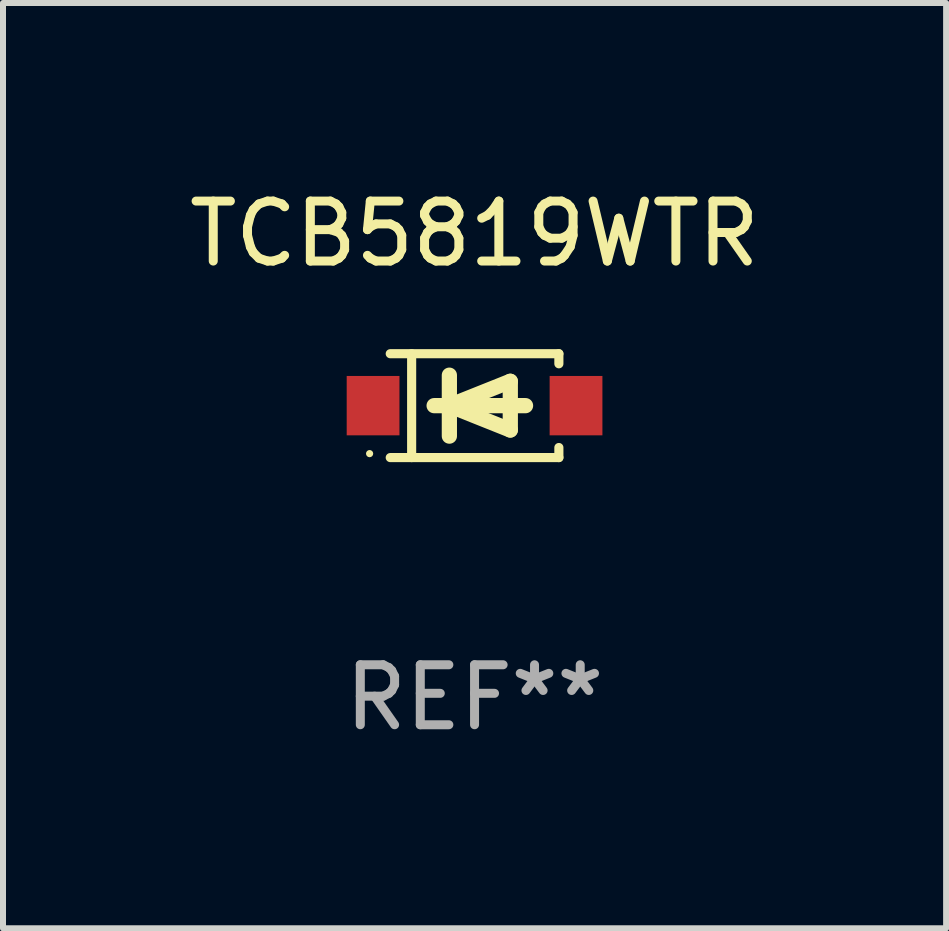
<source format=kicad_pcb>
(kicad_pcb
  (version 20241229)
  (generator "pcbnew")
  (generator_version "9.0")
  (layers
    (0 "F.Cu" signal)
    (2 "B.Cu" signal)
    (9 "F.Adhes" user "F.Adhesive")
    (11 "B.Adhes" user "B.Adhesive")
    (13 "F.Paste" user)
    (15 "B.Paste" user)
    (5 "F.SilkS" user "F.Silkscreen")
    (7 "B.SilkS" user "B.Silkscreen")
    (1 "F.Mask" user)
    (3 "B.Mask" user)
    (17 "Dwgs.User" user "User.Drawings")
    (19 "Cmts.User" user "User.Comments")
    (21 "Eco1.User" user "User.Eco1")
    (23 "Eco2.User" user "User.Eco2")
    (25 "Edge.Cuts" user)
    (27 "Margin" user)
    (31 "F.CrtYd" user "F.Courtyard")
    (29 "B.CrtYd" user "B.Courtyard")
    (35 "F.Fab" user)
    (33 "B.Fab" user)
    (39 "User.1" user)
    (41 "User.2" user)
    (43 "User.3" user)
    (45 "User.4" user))
  (footprint "TCB5819WTR"
    (layer "F.Cu")
    (at 4.863 3.714)
    (property "Reference" "TCB5819WTR" (at 0 -2.866 0) (layer "F.SilkS") (effects (font (size 1 1) (thickness 0.15))))
    (attr through_hole)
    (fp_line (start -1.406 -0.866) (end 1.406 -0.866) (stroke (width 0.152) (type solid)) (layer "F.SilkS"))
    (fp_line (start -1.406 0.866) (end 1.406 0.866) (stroke (width 0.152) (type solid)) (layer "F.SilkS"))
    (fp_line (start -1.049 -0.866) (end -1.049 0.866) (stroke (width 0.152) (type solid)) (layer "F.SilkS"))
    (fp_line (start -0.674 0) (end 0.85 0) (stroke (width 0.254) (type solid)) (layer "F.SilkS"))
    (fp_line (start -0.42 -0.508) (end -0.42 0.508) (stroke (width 0.254) (type solid)) (layer "F.SilkS"))
    (fp_line (start -0.42 0) (end 0.596 -0.406) (stroke (width 0.254) (type solid)) (layer "F.SilkS"))
    (fp_line (start 0.596 -0.406) (end 0.596 0.406) (stroke (width 0.254) (type solid)) (layer "F.SilkS"))
    (fp_line (start 0.596 0.406) (end -0.42 0) (stroke (width 0.254) (type solid)) (layer "F.SilkS"))
    (fp_line (start 1.406 -0.866) (end 1.406 -0.698) (stroke (width 0.152) (type solid)) (layer "F.SilkS"))
    (fp_line (start 1.406 0.866) (end 1.406 0.698) (stroke (width 0.152) (type solid)) (layer "F.SilkS"))
    (fp_circle (center -1.75 0.8) (end -1.72 0.8) (stroke (width 0.06) (type solid)) (fill no) (layer "F.SilkS"))
    (fp_text user "REF**" (at 0 4.866 0) (layer "F.Fab") (effects (font (size 1 1) (thickness 0.15))))
    (pad "1" smd rect (at -1.692 0) (size 0.88 0.99) (layers "F.Cu" "F.Mask" "F.Paste"))
    (pad "2" smd rect (at 1.692 0) (size 0.88 0.99) (layers "F.Cu" "F.Mask" "F.Paste")))
  (gr_rect
    (start -3 -3)
    (end 12.726 12.429)
    (stroke (width 0.1) (type default))
    (fill no)
    (layer "Edge.Cuts")))
</source>
